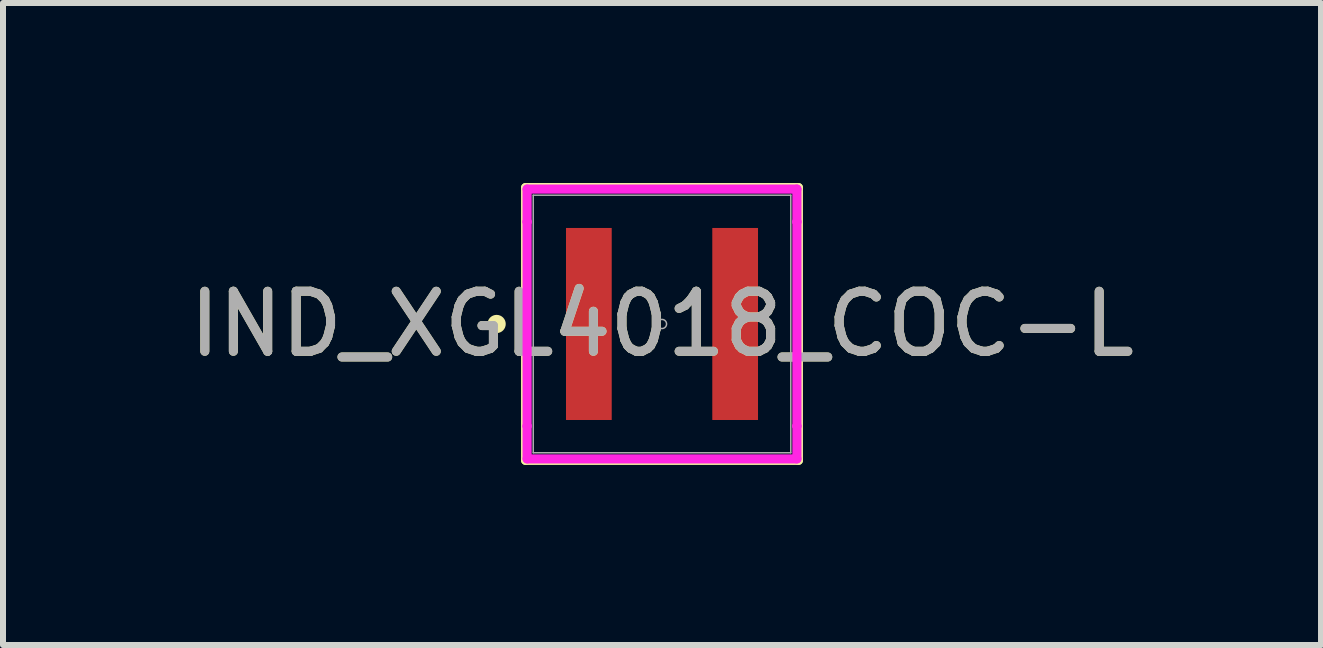
<source format=kicad_pcb>
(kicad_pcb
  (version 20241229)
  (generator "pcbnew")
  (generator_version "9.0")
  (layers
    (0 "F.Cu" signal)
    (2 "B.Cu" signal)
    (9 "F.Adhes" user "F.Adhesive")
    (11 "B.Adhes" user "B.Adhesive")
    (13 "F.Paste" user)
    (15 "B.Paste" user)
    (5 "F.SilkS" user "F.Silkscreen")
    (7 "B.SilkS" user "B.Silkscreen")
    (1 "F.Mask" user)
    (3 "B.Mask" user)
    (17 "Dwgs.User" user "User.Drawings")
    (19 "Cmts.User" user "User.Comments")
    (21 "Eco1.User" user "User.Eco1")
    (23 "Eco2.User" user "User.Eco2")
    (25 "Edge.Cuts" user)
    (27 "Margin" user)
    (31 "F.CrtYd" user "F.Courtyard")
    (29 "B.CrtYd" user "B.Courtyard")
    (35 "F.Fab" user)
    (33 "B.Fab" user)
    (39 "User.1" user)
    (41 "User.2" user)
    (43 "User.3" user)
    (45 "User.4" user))
  (footprint "IND_XGL4018_COC-L"
    (layer "F.Cu")
    (at 7.982 2.349)
    (property "Reference" "IND_XGL4018_COC-L" (at 0 0 0) (unlocked yes) (layer "F.SilkS") (effects (font (size 1 1) (thickness 0.15))))
    (attr smd)
    (fp_line (start -2.273 -2.273) (end -2.273 2.273) (stroke (width 0.152) (type solid)) (layer "F.SilkS"))
    (fp_line (start -2.273 2.273) (end 2.273 2.273) (stroke (width 0.152) (type solid)) (layer "F.SilkS"))
    (fp_line (start 2.273 -2.273) (end -2.273 -2.273) (stroke (width 0.152) (type solid)) (layer "F.SilkS"))
    (fp_line (start 2.273 2.273) (end 2.273 -2.273) (stroke (width 0.152) (type solid)) (layer "F.SilkS"))
    (fp_circle (center -2.756 0) (end -2.68 0) (stroke (width 0.152) (type solid)) (fill no) (layer "F.SilkS"))
    (fp_line (start -2.248 -2.248) (end 2.248 -2.248) (stroke (width 0.152) (type solid)) (layer "F.CrtYd"))
    (fp_line (start -2.248 -1.702) (end -2.248 -2.248) (stroke (width 0.152) (type solid)) (layer "F.CrtYd"))
    (fp_line (start -2.248 -1.702) (end -2.248 -1.702) (stroke (width 0.152) (type solid)) (layer "F.CrtYd"))
    (fp_line (start -2.248 1.702) (end -2.248 -1.702) (stroke (width 0.152) (type solid)) (layer "F.CrtYd"))
    (fp_line (start -2.248 1.702) (end -2.248 1.702) (stroke (width 0.152) (type solid)) (layer "F.CrtYd"))
    (fp_line (start -2.248 2.248) (end -2.248 1.702) (stroke (width 0.152) (type solid)) (layer "F.CrtYd"))
    (fp_line (start 2.248 -2.248) (end 2.248 -1.702) (stroke (width 0.152) (type solid)) (layer "F.CrtYd"))
    (fp_line (start 2.248 -1.702) (end 2.248 -1.702) (stroke (width 0.152) (type solid)) (layer "F.CrtYd"))
    (fp_line (start 2.248 -1.702) (end 2.248 1.702) (stroke (width 0.152) (type solid)) (layer "F.CrtYd"))
    (fp_line (start 2.248 1.702) (end 2.248 1.702) (stroke (width 0.152) (type solid)) (layer "F.CrtYd"))
    (fp_line (start 2.248 1.702) (end 2.248 2.248) (stroke (width 0.152) (type solid)) (layer "F.CrtYd"))
    (fp_line (start 2.248 2.248) (end -2.248 2.248) (stroke (width 0.152) (type solid)) (layer "F.CrtYd"))
    (fp_line (start -2.146 -2.146) (end -2.146 2.146) (stroke (width 0.025) (type solid)) (layer "F.Fab"))
    (fp_line (start -2.146 2.146) (end 2.146 2.146) (stroke (width 0.025) (type solid)) (layer "F.Fab"))
    (fp_line (start 2.146 -2.146) (end -2.146 -2.146) (stroke (width 0.025) (type solid)) (layer "F.Fab"))
    (fp_line (start 2.146 2.146) (end 2.146 -2.146) (stroke (width 0.025) (type solid)) (layer "F.Fab"))
    (fp_circle (center 0 0) (end 0.076 0) (stroke (width 0.025) (type solid)) (fill no) (layer "F.Fab"))
    (fp_text user "${REFERENCE}" (at 0 0 0) (unlocked yes) (layer "F.Fab") (effects (font (size 1 1) (thickness 0.15))))
    (pad "1" smd rect (at -1.219 0) (size 0.762 3.2) (layers "F.Cu" "F.Mask" "F.Paste"))
    (pad "2" smd rect (at 1.219 0) (size 0.762 3.2) (layers "F.Cu" "F.Mask" "F.Paste")))
  (gr_rect
    (start -3 -3)
    (end 18.964 7.699)
    (stroke (width 0.1) (type default))
    (fill no)
    (layer "Edge.Cuts")))
</source>
